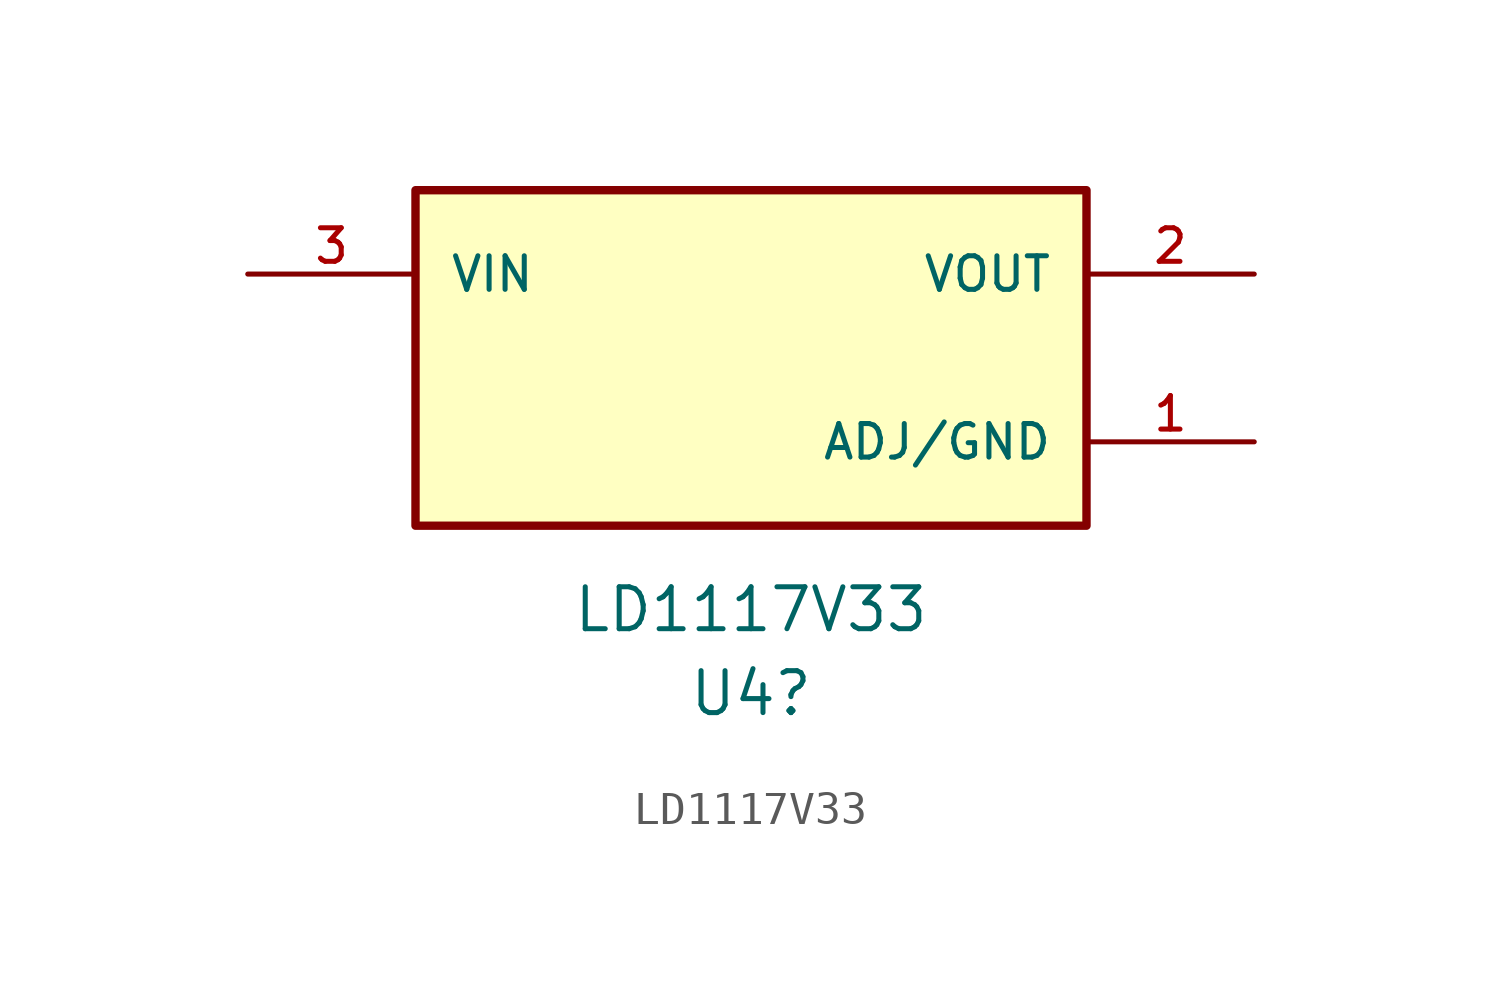
<source format=kicad_sym>
(kicad_symbol_lib
  (version 20211014)
  (generator kicad_symbol_editor)
  (symbol "LD1117V33"
    (pin_names
      (offset 1.016))
    (property "Reference" "U4"
      (at 0 -10.16 0)
      (effects (font (size 1.27 1.27))))
    (property "Value" "LD1117V33"
      (at 0 -7.62 0)
      (effects (font (size 1.27 1.27))))
    (symbol "LD1117V33_0_0"
      (rectangle (start -10.16 -5.08) (end 10.16 5.08) (stroke (width 0.254) (type default) (color 0 0 0 0)) (fill (type background)))
      (pin passive line (at 15.24 -2.54 180) (length 5.08) (name "ADJ/GND" (effects (font (size 1.016 1.016)))) (number "1" (effects (font (size 1.016 1.016)))))
      (pin power_out line (at 15.24 2.54 180) (length 5.08) (name "VOUT" (effects (font (size 1.016 1.016)))) (number "2" (effects (font (size 1.016 1.016)))))
      (pin input line (at -15.24 2.54 0) (length 5.08) (name "VIN" (effects (font (size 1.016 1.016)))) (number "3" (effects (font (size 1.016 1.016))))))))
</source>
